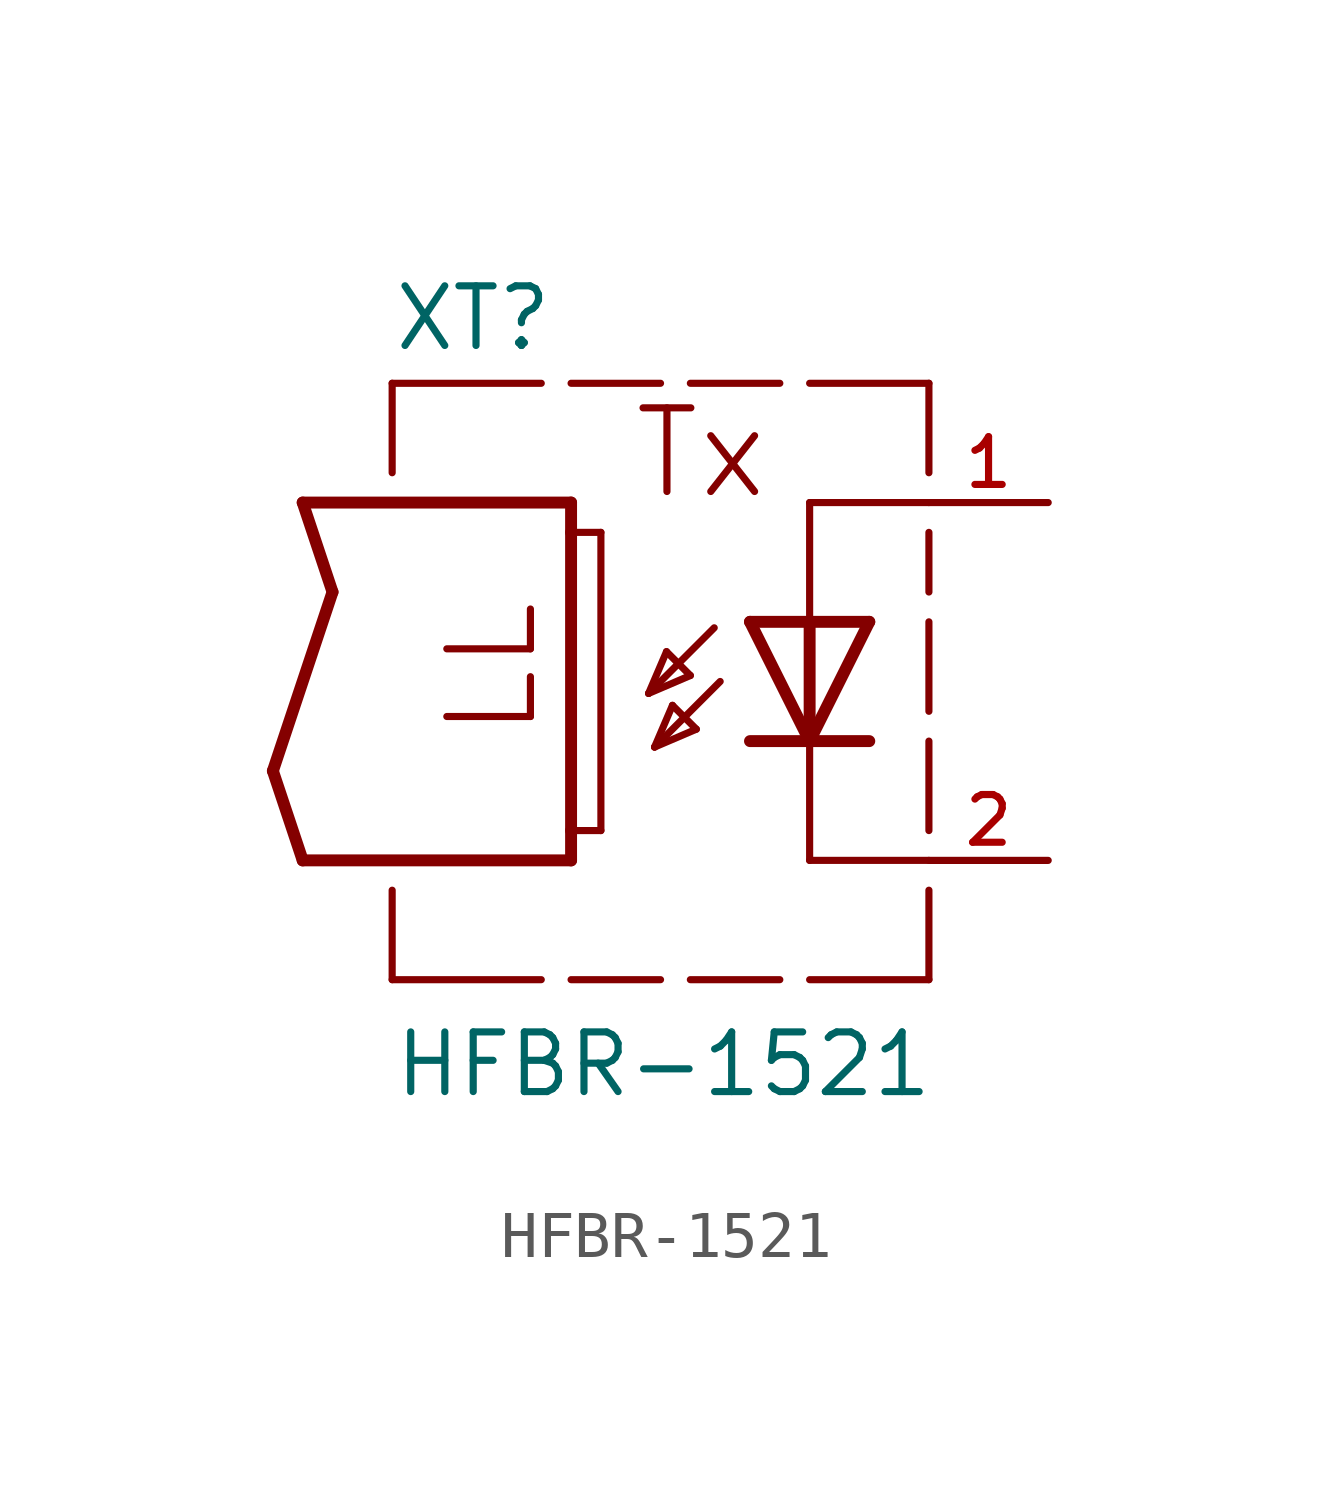
<source format=kicad_sym>
(kicad_symbol_lib
  (version 20211014)
  (generator kicad_symbol_editor)
  (symbol "HFBR-1521"
    (pin_names
      (offset 1.016))
    (property "Reference" "XT"
      (at -8.898 8.262 0)
      (effects (font (size 1.27 1.27)) (justify bottom left)))
    (property "Value" "HFBR-1521"
      (at -8.897 -7.626 0)
      (effects (font (size 1.27 1.27)) (justify bottom left)))
    (symbol "HFBR-1521_0_0"
      (polyline (pts (xy 1.27 2.54) (xy 0.0 0.0)) (stroke (width 0.254)))
      (polyline (pts (xy 0.0 0.0) (xy -1.27 2.54)) (stroke (width 0.254)))
      (polyline (pts (xy 1.27 0.0) (xy 0.0 0.0)) (stroke (width 0.254)))
      (polyline (pts (xy 0.0 0.0) (xy -1.27 0.0)) (stroke (width 0.254)))
      (polyline (pts (xy 1.27 2.54) (xy 0.0 2.54)) (stroke (width 0.254)))
      (polyline (pts (xy 0.0 2.54) (xy -1.27 2.54)) (stroke (width 0.254)))
      (polyline (pts (xy 0.0 2.54) (xy 0.0 0.0)) (stroke (width 0.254)))
      (polyline (pts (xy -2.032 2.413) (xy -3.429 1.016)) (stroke (width 0.152)))
      (polyline (pts (xy -3.429 1.016) (xy -2.54 1.397)) (stroke (width 0.152)))
      (polyline (pts (xy -2.54 1.397) (xy -3.048 1.905)) (stroke (width 0.152)))
      (polyline (pts (xy -3.048 1.905) (xy -3.429 1.016)) (stroke (width 0.152)))
      (polyline (pts (xy -3.302 -0.127) (xy -2.413 0.254)) (stroke (width 0.152)))
      (polyline (pts (xy -2.413 0.254) (xy -2.921 0.762)) (stroke (width 0.152)))
      (polyline (pts (xy -2.921 0.762) (xy -3.302 -0.127)) (stroke (width 0.152)))
      (polyline (pts (xy -1.905 1.27) (xy -3.302 -0.127)) (stroke (width 0.152)))
      (polyline (pts (xy -10.795 5.08) (xy -5.08 5.08)) (stroke (width 0.254)))
      (polyline (pts (xy -5.08 5.08) (xy -5.08 4.445)) (stroke (width 0.254)))
      (polyline (pts (xy -5.08 -2.54) (xy -10.795 -2.54)) (stroke (width 0.254)))
      (polyline (pts (xy -10.795 -2.54) (xy -11.43 -0.635)) (stroke (width 0.254)))
      (polyline (pts (xy -11.43 -0.635) (xy -10.16 3.175)) (stroke (width 0.254)))
      (polyline (pts (xy -10.16 3.175) (xy -10.795 5.08)) (stroke (width 0.254)))
      (polyline (pts (xy -5.08 4.445) (xy -4.445 4.445)) (stroke (width 0.152)))
      (polyline (pts (xy -5.08 4.445) (xy -5.08 -1.905)) (stroke (width 0.254)))
      (polyline (pts (xy -4.445 4.445) (xy -4.445 -1.905)) (stroke (width 0.152)))
      (polyline (pts (xy -4.445 -1.905) (xy -5.08 -1.905)) (stroke (width 0.152)))
      (polyline (pts (xy -5.08 -1.905) (xy -5.08 -2.54)) (stroke (width 0.254)))
      (polyline (pts (xy -8.89 5.715) (xy -8.89 7.62)) (stroke (width 0.152)))
      (polyline (pts (xy -8.89 7.62) (xy -5.715 7.62)) (stroke (width 0.152)))
      (polyline (pts (xy -5.08 7.62) (xy -3.175 7.62)) (stroke (width 0.152)))
      (polyline (pts (xy -2.54 7.62) (xy -0.635 7.62)) (stroke (width 0.152)))
      (polyline (pts (xy 0.0 7.62) (xy 2.54 7.62)) (stroke (width 0.152)))
      (polyline (pts (xy -8.89 -3.175) (xy -8.89 -5.08)) (stroke (width 0.152)))
      (polyline (pts (xy -8.89 -5.08) (xy -5.715 -5.08)) (stroke (width 0.152)))
      (polyline (pts (xy -5.08 -5.08) (xy -3.175 -5.08)) (stroke (width 0.152)))
      (polyline (pts (xy -2.54 -5.08) (xy -0.635 -5.08)) (stroke (width 0.152)))
      (polyline (pts (xy 0.0 -5.08) (xy 2.54 -5.08)) (stroke (width 0.152)))
      (polyline (pts (xy 2.54 5.715) (xy 2.54 7.62)) (stroke (width 0.152)))
      (polyline (pts (xy 2.54 3.175) (xy 2.54 4.445)) (stroke (width 0.152)))
      (polyline (pts (xy 2.54 0.635) (xy 2.54 2.54)) (stroke (width 0.152)))
      (polyline (pts (xy 2.54 -1.905) (xy 2.54 0.0)) (stroke (width 0.152)))
      (polyline (pts (xy 2.54 -5.08) (xy 2.54 -3.175)) (stroke (width 0.152)))
      (polyline (pts (xy 2.54 5.08) (xy 0.0 5.08)) (stroke (width 0.152)))
      (polyline (pts (xy 0.0 5.08) (xy 0.0 2.54)) (stroke (width 0.152)))
      (polyline (pts (xy 2.54 -2.54) (xy 0.0 -2.54)) (stroke (width 0.152)))
      (polyline (pts (xy 0.0 -2.54) (xy 0.0 0.0)) (stroke (width 0.152)))
      (text "LL" (at -5.72 0.0 900) (effects (font (size 1.78 1.78)) (justify bottom left)))
      (text "Tx" (at -3.817 5.09 0) (effects (font (size 1.781 1.781)) (justify bottom left)))
      (pin passive line (at 5.08 -2.54 180.0) (length 2.54) (name "~" (effects (font (size 1.016 1.016)))) (number "2" (effects (font (size 1.016 1.016)))))
      (pin passive line (at 5.08 5.08 180.0) (length 2.54) (name "~" (effects (font (size 1.016 1.016)))) (number "1" (effects (font (size 1.016 1.016))))))))
</source>
